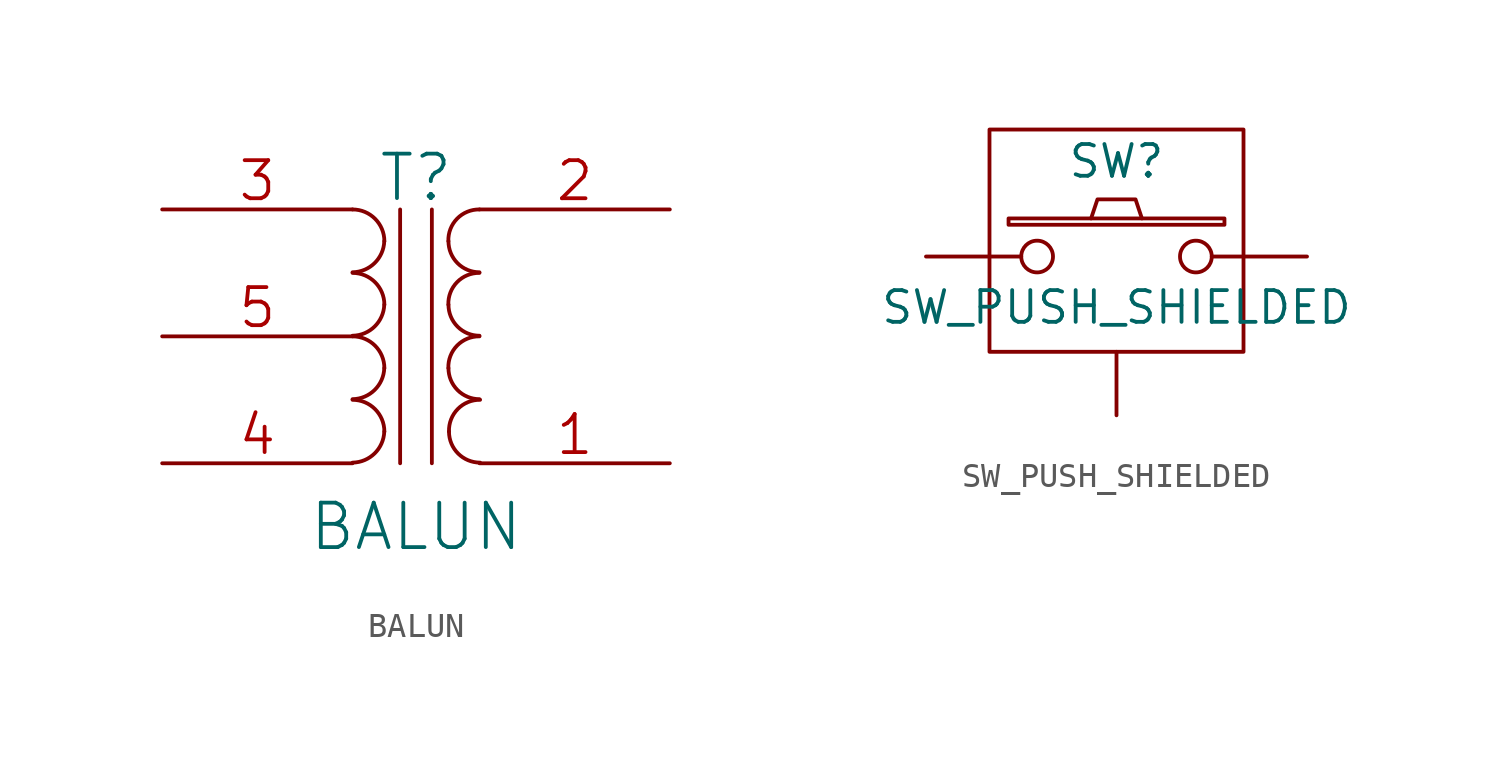
<source format=kicad_sym>
(kicad_symbol_lib
  (version 20211014)
  (generator kicad_symbol_editor)
  (symbol "BALUN"
    (pin_names
      (offset 1.016) hide)
    (property "Reference" "T"
      (at 0 6.35 0)
      (effects (font (size 1.778 1.778))))
    (property "Value" "BALUN"
      (at 0 -7.62 0)
      (effects (font (size 1.778 1.778))))
    (property "Footprint" ""
      (at 0 0 0)
      (effects (font (size 1.524 1.524))))
    (property "Datasheet" ""
      (at 0 0 0)
      (effects (font (size 1.524 1.524))))
    (symbol "BALUN_0_1"
      (arc (start -2.54 -5.0546) (mid -1.6599 -4.6901) (end -1.27 -3.81) (stroke (width 0) (type default) (color 0 0 0 0)) (fill (type none)))
      (arc (start -2.54 -2.5146) (mid -1.6599 -2.1501) (end -1.27 -1.27) (stroke (width 0) (type default) (color 0 0 0 0)) (fill (type none)))
      (arc (start -2.54 0.0254) (mid -1.6599 0.3899) (end -1.27 1.27) (stroke (width 0) (type default) (color 0 0 0 0)) (fill (type none)))
      (arc (start -2.54 2.5654) (mid -1.6599 2.9299) (end -1.27 3.81) (stroke (width 0) (type default) (color 0 0 0 0)) (fill (type none)))
      (arc (start -1.27 -3.81) (mid -1.642 -2.912) (end -2.54 -2.54) (stroke (width 0) (type default) (color 0 0 0 0)) (fill (type none)))
      (arc (start -1.27 -1.27) (mid -1.642 -0.372) (end -2.54 0) (stroke (width 0) (type default) (color 0 0 0 0)) (fill (type none)))
      (arc (start -1.27 1.27) (mid -1.642 2.168) (end -2.54 2.54) (stroke (width 0) (type default) (color 0 0 0 0)) (fill (type none)))
      (arc (start -1.27 3.81) (mid -1.642 4.708) (end -2.54 5.08) (stroke (width 0) (type default) (color 0 0 0 0)) (fill (type none)))
      (polyline (pts (xy -0.635 5.08) (xy -0.635 -5.08)) (stroke (width 0) (type default) (color 0 0 0 0)) (fill (type none)))
      (polyline (pts (xy 0.635 -5.08) (xy 0.635 5.08)) (stroke (width 0) (type default) (color 0 0 0 0)) (fill (type none)))
      (arc (start 1.2954 -1.27) (mid 1.6599 -2.1501) (end 2.54 -2.5146) (stroke (width 0) (type default) (color 0 0 0 0)) (fill (type none)))
      (arc (start 1.2954 1.27) (mid 1.6599 0.3899) (end 2.54 0.0254) (stroke (width 0) (type default) (color 0 0 0 0)) (fill (type none)))
      (arc (start 1.2954 3.81) (mid 1.6599 2.9299) (end 2.54 2.5654) (stroke (width 0) (type default) (color 0 0 0 0)) (fill (type none)))
      (arc (start 1.3208 -3.81) (mid 1.6853 -4.6901) (end 2.5654 -5.0546) (stroke (width 0) (type default) (color 0 0 0 0)) (fill (type none)))
      (arc (start 2.54 0) (mid 1.642 -0.372) (end 1.2954 -1.27) (stroke (width 0) (type default) (color 0 0 0 0)) (fill (type none)))
      (arc (start 2.54 2.54) (mid 1.642 2.168) (end 1.2954 1.27) (stroke (width 0) (type default) (color 0 0 0 0)) (fill (type none)))
      (arc (start 2.54 5.08) (mid 1.642 4.708) (end 1.2954 3.81) (stroke (width 0) (type default) (color 0 0 0 0)) (fill (type none)))
      (arc (start 2.5654 -2.54) (mid 1.6674 -2.912) (end 1.3208 -3.81) (stroke (width 0) (type default) (color 0 0 0 0)) (fill (type none))))
    (symbol "BALUN_1_1"
      (pin passive line (at 10.16 -5.08 180) (length 7.62) (name "S1" (effects (font (size 1.524 1.524)))) (number "1" (effects (font (size 1.524 1.524)))))
      (pin passive line (at 10.16 5.08 180) (length 7.62) (name "S2" (effects (font (size 1.524 1.524)))) (number "2" (effects (font (size 1.524 1.524)))))
      (pin passive line (at -10.16 5.08 0) (length 7.62) (name "PR1" (effects (font (size 1.524 1.524)))) (number "3" (effects (font (size 1.524 1.524)))))
      (pin passive line (at -10.16 -5.08 0) (length 7.62) (name "PR2" (effects (font (size 1.524 1.524)))) (number "4" (effects (font (size 1.524 1.524)))))
      (pin passive line (at -10.16 0 0) (length 7.62) (name "PM" (effects (font (size 1.524 1.524)))) (number "5" (effects (font (size 1.524 1.524)))))))
  (symbol "SW_PUSH_SHIELDED"
    (pin_numbers hide)
    (pin_names
      (offset 1.016) hide)
    (property "Reference" "SW"
      (at 0 3.81 0)
      (effects (font (size 1.27 1.27))))
    (property "Value" "SW_PUSH_SHIELDED"
      (at 0 -2.032 0)
      (effects (font (size 1.27 1.27))))
    (property "Footprint" ""
      (at 0 0 0)
      (effects (font (size 1.524 1.524))))
    (property "Datasheet" ""
      (at 0 0 0)
      (effects (font (size 1.524 1.524))))
    (symbol "SW_PUSH_SHIELDED_0_1"
      (rectangle (start -5.08 5.08) (end 5.08 -3.81) (stroke (width 0) (type default) (color 0 0 0 0)) (fill (type none)))
      (rectangle (start -4.318 1.27) (end 4.318 1.524) (stroke (width 0) (type default) (color 0 0 0 0)) (fill (type none)))
      (polyline (pts (xy -1.016 1.524) (xy -0.762 2.286) (xy 0.762 2.286) (xy 1.016 1.524)) (stroke (width 0) (type default) (color 0 0 0 0)) (fill (type none)))
      (pin passive inverted (at -7.62 0 0) (length 5.08) (name "1" (effects (font (size 1.524 1.524)))) (number "1" (effects (font (size 1.524 1.524)))))
      (pin passive inverted (at 7.62 0 180) (length 5.08) (name "2" (effects (font (size 1.524 1.524)))) (number "2" (effects (font (size 1.524 1.524))))))
    (symbol "SW_PUSH_SHIELDED_1_1"
      (pin passive line (at 0 -6.35 90) (length 2.54) (name "SHIELD" (effects (font (size 1.27 1.27)))) (number "0" (effects (font (size 1.27 1.27))))))))
</source>
